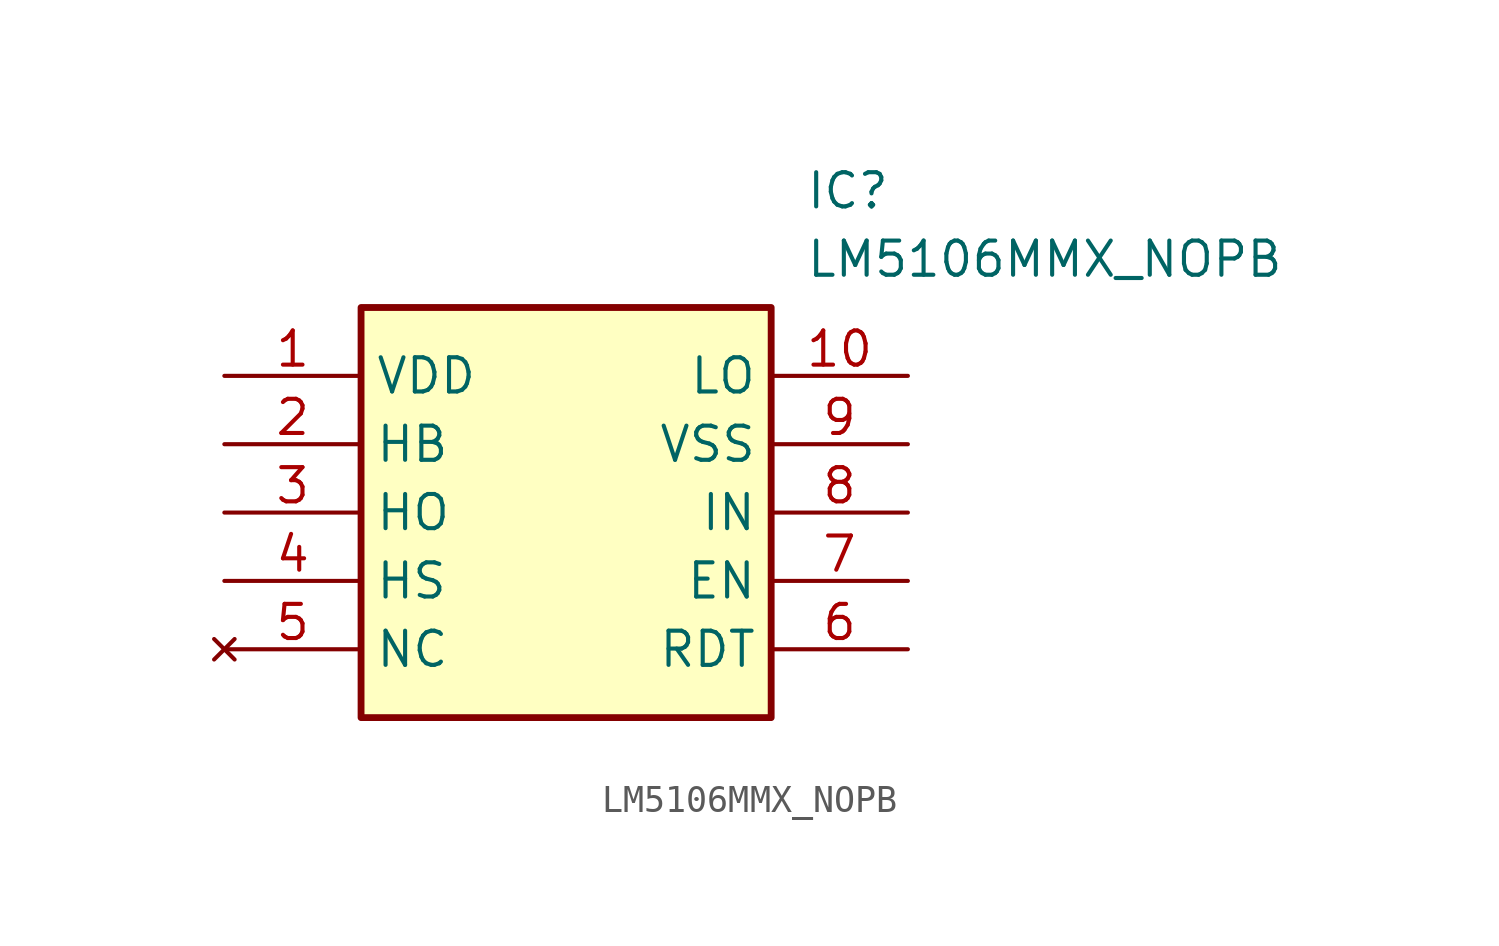
<source format=kicad_sym>
(kicad_symbol_lib
  (version 20211014)
  (generator SamacSys_ECAD_Model)
  (symbol "LM5106MMX_NOPB"
    (property "Reference" "IC"
      (at 21.59 7.62 0)
      (effects (font (size 1.27 1.27)) (justify left top)))
    (property "Value" "LM5106MMX_NOPB"
      (at 21.59 5.08 0)
      (effects (font (size 1.27 1.27)) (justify left top)))
    (rectangle
      (start 5.08 2.54)
      (end 20.32 -12.7)
      (stroke (width 0.254) (type default))
      (fill (type background)))
    (pin passive line
      (at 0 0 0)
      (length 5.08)
      (name "VDD" (effects (font (size 1.27 1.27))))
      (number "1" (effects (font (size 1.27 1.27)))))
    (pin passive line
      (at 0 -2.54 0)
      (length 5.08)
      (name "HB" (effects (font (size 1.27 1.27))))
      (number "2" (effects (font (size 1.27 1.27)))))
    (pin passive line
      (at 0 -5.08 0)
      (length 5.08)
      (name "HO" (effects (font (size 1.27 1.27))))
      (number "3" (effects (font (size 1.27 1.27)))))
    (pin passive line
      (at 0 -7.62 0)
      (length 5.08)
      (name "HS" (effects (font (size 1.27 1.27))))
      (number "4" (effects (font (size 1.27 1.27)))))
    (pin no_connect line
      (at 0 -10.16 0)
      (length 5.08)
      (name "NC" (effects (font (size 1.27 1.27))))
      (number "5" (effects (font (size 1.27 1.27)))))
    (pin passive line
      (at 25.4 0 180)
      (length 5.08)
      (name "LO" (effects (font (size 1.27 1.27))))
      (number "10" (effects (font (size 1.27 1.27)))))
    (pin passive line
      (at 25.4 -2.54 180)
      (length 5.08)
      (name "VSS" (effects (font (size 1.27 1.27))))
      (number "9" (effects (font (size 1.27 1.27)))))
    (pin passive line
      (at 25.4 -5.08 180)
      (length 5.08)
      (name "IN" (effects (font (size 1.27 1.27))))
      (number "8" (effects (font (size 1.27 1.27)))))
    (pin passive line
      (at 25.4 -7.62 180)
      (length 5.08)
      (name "EN" (effects (font (size 1.27 1.27))))
      (number "7" (effects (font (size 1.27 1.27)))))
    (pin passive line
      (at 25.4 -10.16 180)
      (length 5.08)
      (name "RDT" (effects (font (size 1.27 1.27))))
      (number "6" (effects (font (size 1.27 1.27)))))))
</source>
